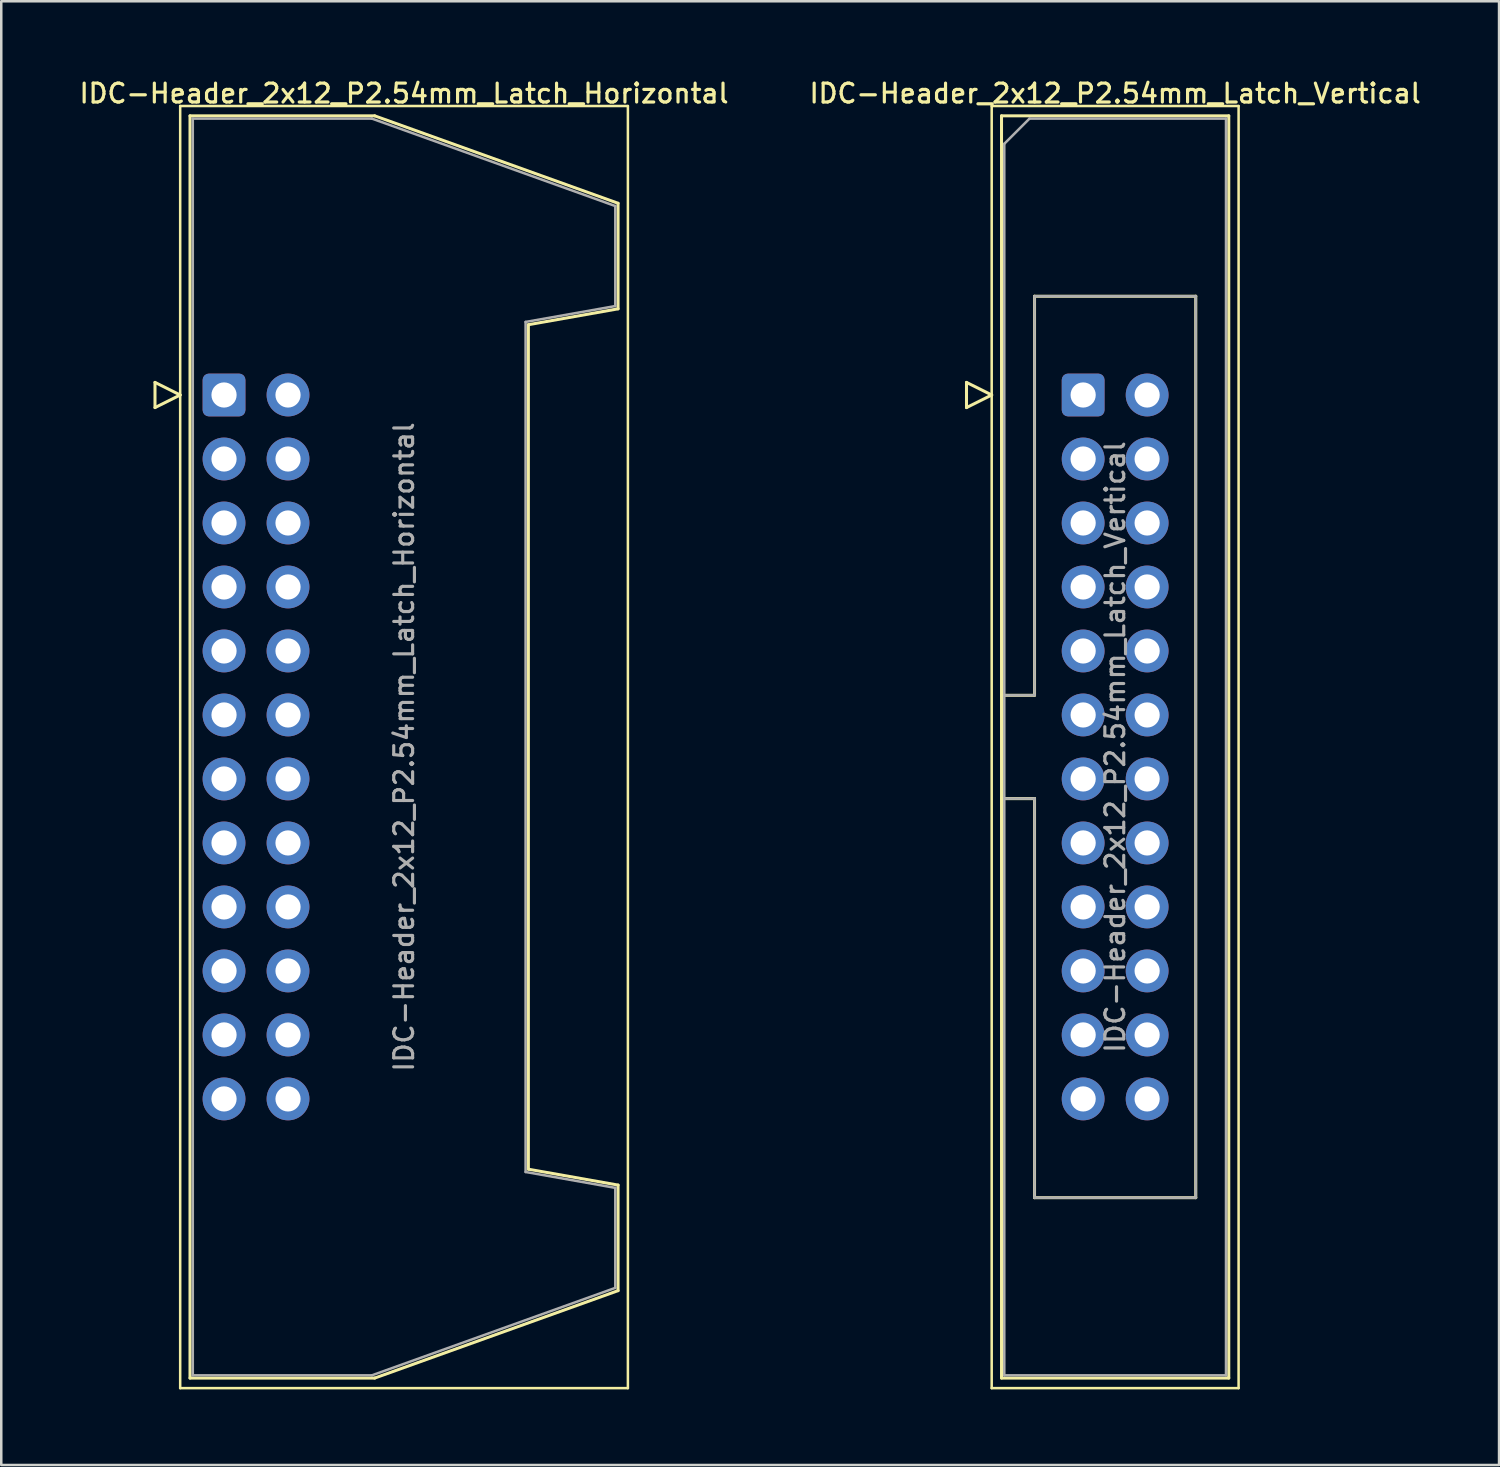
<source format=kicad_pcb>
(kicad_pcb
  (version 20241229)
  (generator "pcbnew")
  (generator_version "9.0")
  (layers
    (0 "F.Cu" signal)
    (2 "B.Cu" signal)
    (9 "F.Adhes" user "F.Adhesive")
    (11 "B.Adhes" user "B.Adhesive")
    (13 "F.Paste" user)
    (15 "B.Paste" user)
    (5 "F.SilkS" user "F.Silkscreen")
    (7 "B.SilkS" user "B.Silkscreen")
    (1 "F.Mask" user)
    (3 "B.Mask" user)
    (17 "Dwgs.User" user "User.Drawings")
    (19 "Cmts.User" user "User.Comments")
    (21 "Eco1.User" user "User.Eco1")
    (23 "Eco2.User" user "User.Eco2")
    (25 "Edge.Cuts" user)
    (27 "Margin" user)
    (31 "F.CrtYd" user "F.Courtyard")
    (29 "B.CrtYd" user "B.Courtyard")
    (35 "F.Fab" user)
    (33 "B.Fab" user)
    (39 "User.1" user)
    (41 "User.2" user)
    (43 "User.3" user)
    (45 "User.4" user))
  (footprint "IDC-Header_2x12_P2.54mm_Latch_Vertical"
    (layer "F.Cu")
    (at 39.942 12.628)
    (property "Reference" "IDC-Header_2x12_P2.54mm_Latch_Vertical" (at 1.27 -11.97 0) (layer "F.SilkS") (effects (font (size 0.75 0.75) (thickness 0.125))))
    (attr through_hole)
    (fp_line (start -4.63 -0.5) (end -4.63 0.5) (stroke (width 0.12) (type solid)) (layer "F.SilkS"))
    (fp_line (start -4.63 0.5) (end -3.63 0) (stroke (width 0.12) (type solid)) (layer "F.SilkS"))
    (fp_line (start -3.63 -11.47) (end -3.63 39.42) (stroke (width 0.1) (type solid)) (layer "F.SilkS"))
    (fp_line (start -3.63 0) (end -4.63 -0.5) (stroke (width 0.12) (type solid)) (layer "F.SilkS"))
    (fp_line (start -3.63 39.42) (end 6.17 39.42) (stroke (width 0.1) (type solid)) (layer "F.SilkS"))
    (fp_line (start -3.24 -11.08) (end 5.78 -11.08) (stroke (width 0.12) (type solid)) (layer "F.SilkS"))
    (fp_line (start -3.24 11.92) (end -1.93 11.92) (stroke (width 0.12) (type solid)) (layer "F.SilkS"))
    (fp_line (start -3.24 39.02) (end -3.24 -11.08) (stroke (width 0.12) (type solid)) (layer "F.SilkS"))
    (fp_line (start -1.93 -3.92) (end 4.47 -3.92) (stroke (width 0.12) (type solid)) (layer "F.SilkS"))
    (fp_line (start -1.93 11.92) (end -1.93 -3.92) (stroke (width 0.12) (type solid)) (layer "F.SilkS"))
    (fp_line (start -1.93 16.02) (end -3.24 16.02) (stroke (width 0.12) (type solid)) (layer "F.SilkS"))
    (fp_line (start -1.93 16.02) (end -1.93 16.02) (stroke (width 0.12) (type solid)) (layer "F.SilkS"))
    (fp_line (start -1.93 31.86) (end -1.93 16.02) (stroke (width 0.12) (type solid)) (layer "F.SilkS"))
    (fp_line (start 4.47 -3.92) (end 4.47 31.86) (stroke (width 0.12) (type solid)) (layer "F.SilkS"))
    (fp_line (start 4.47 31.86) (end -1.93 31.86) (stroke (width 0.12) (type solid)) (layer "F.SilkS"))
    (fp_line (start 5.78 -11.08) (end 5.78 39.02) (stroke (width 0.12) (type solid)) (layer "F.SilkS"))
    (fp_line (start 5.78 39.02) (end -3.24 39.02) (stroke (width 0.12) (type solid)) (layer "F.SilkS"))
    (fp_line (start 6.17 -11.47) (end -3.63 -11.47) (stroke (width 0.1) (type solid)) (layer "F.SilkS"))
    (fp_line (start 6.17 39.42) (end 6.17 -11.47) (stroke (width 0.1) (type solid)) (layer "F.SilkS"))
    (fp_line (start -3.13 -9.97) (end -2.13 -10.97) (stroke (width 0.1) (type solid)) (layer "F.Fab"))
    (fp_line (start -3.13 11.92) (end -1.93 11.92) (stroke (width 0.1) (type solid)) (layer "F.Fab"))
    (fp_line (start -3.13 38.91) (end -3.13 -9.97) (stroke (width 0.1) (type solid)) (layer "F.Fab"))
    (fp_line (start -2.13 -10.97) (end 5.67 -10.97) (stroke (width 0.1) (type solid)) (layer "F.Fab"))
    (fp_line (start -1.93 -3.92) (end 4.47 -3.92) (stroke (width 0.1) (type solid)) (layer "F.Fab"))
    (fp_line (start -1.93 11.92) (end -1.93 -3.92) (stroke (width 0.1) (type solid)) (layer "F.Fab"))
    (fp_line (start -1.93 16.02) (end -3.13 16.02) (stroke (width 0.1) (type solid)) (layer "F.Fab"))
    (fp_line (start -1.93 16.02) (end -1.93 16.02) (stroke (width 0.1) (type solid)) (layer "F.Fab"))
    (fp_line (start -1.93 31.86) (end -1.93 16.02) (stroke (width 0.1) (type solid)) (layer "F.Fab"))
    (fp_line (start 4.47 -3.92) (end 4.47 31.86) (stroke (width 0.1) (type solid)) (layer "F.Fab"))
    (fp_line (start 4.47 31.86) (end -1.93 31.86) (stroke (width 0.1) (type solid)) (layer "F.Fab"))
    (fp_line (start 5.67 -10.97) (end 5.67 38.91) (stroke (width 0.1) (type solid)) (layer "F.Fab"))
    (fp_line (start 5.67 38.91) (end -3.13 38.91) (stroke (width 0.1) (type solid)) (layer "F.Fab"))
    (fp_text user "${REFERENCE}" (at 1.27 13.97 90) (layer "F.Fab") (effects (font (size 0.75 0.75) (thickness 0.125))))
    (pad "1" thru_hole roundrect (at 0 0) (size 1.7 1.7) (drill 1) (layers "*.Cu" "*.Mask") (roundrect_rratio 0.147))
    (pad "2" thru_hole circle (at 2.54 0) (size 1.7 1.7) (drill 1) (layers "*.Cu" "*.Mask"))
    (pad "3" thru_hole circle (at 0 2.54) (size 1.7 1.7) (drill 1) (layers "*.Cu" "*.Mask"))
    (pad "4" thru_hole circle (at 2.54 2.54) (size 1.7 1.7) (drill 1) (layers "*.Cu" "*.Mask"))
    (pad "5" thru_hole circle (at 0 5.08) (size 1.7 1.7) (drill 1) (layers "*.Cu" "*.Mask"))
    (pad "6" thru_hole circle (at 2.54 5.08) (size 1.7 1.7) (drill 1) (layers "*.Cu" "*.Mask"))
    (pad "7" thru_hole circle (at 0 7.62) (size 1.7 1.7) (drill 1) (layers "*.Cu" "*.Mask"))
    (pad "8" thru_hole circle (at 2.54 7.62) (size 1.7 1.7) (drill 1) (layers "*.Cu" "*.Mask"))
    (pad "9" thru_hole circle (at 0 10.16) (size 1.7 1.7) (drill 1) (layers "*.Cu" "*.Mask"))
    (pad "10" thru_hole circle (at 2.54 10.16) (size 1.7 1.7) (drill 1) (layers "*.Cu" "*.Mask"))
    (pad "11" thru_hole circle (at 0 12.7) (size 1.7 1.7) (drill 1) (layers "*.Cu" "*.Mask"))
    (pad "12" thru_hole circle (at 2.54 12.7) (size 1.7 1.7) (drill 1) (layers "*.Cu" "*.Mask"))
    (pad "13" thru_hole circle (at 0 15.24) (size 1.7 1.7) (drill 1) (layers "*.Cu" "*.Mask"))
    (pad "14" thru_hole circle (at 2.54 15.24) (size 1.7 1.7) (drill 1) (layers "*.Cu" "*.Mask"))
    (pad "15" thru_hole circle (at 0 17.78) (size 1.7 1.7) (drill 1) (layers "*.Cu" "*.Mask"))
    (pad "16" thru_hole circle (at 2.54 17.78) (size 1.7 1.7) (drill 1) (layers "*.Cu" "*.Mask"))
    (pad "17" thru_hole circle (at 0 20.32) (size 1.7 1.7) (drill 1) (layers "*.Cu" "*.Mask"))
    (pad "18" thru_hole circle (at 2.54 20.32) (size 1.7 1.7) (drill 1) (layers "*.Cu" "*.Mask"))
    (pad "19" thru_hole circle (at 0 22.86) (size 1.7 1.7) (drill 1) (layers "*.Cu" "*.Mask"))
    (pad "20" thru_hole circle (at 2.54 22.86) (size 1.7 1.7) (drill 1) (layers "*.Cu" "*.Mask"))
    (pad "21" thru_hole circle (at 0 25.4) (size 1.7 1.7) (drill 1) (layers "*.Cu" "*.Mask"))
    (pad "22" thru_hole circle (at 2.54 25.4) (size 1.7 1.7) (drill 1) (layers "*.Cu" "*.Mask"))
    (pad "23" thru_hole circle (at 0 27.94) (size 1.7 1.7) (drill 1) (layers "*.Cu" "*.Mask"))
    (pad "24" thru_hole circle (at 2.54 27.94) (size 1.7 1.7) (drill 1) (layers "*.Cu" "*.Mask")))
  (footprint "IDC-Header_2x12_P2.54mm_Latch_Horizontal"
    (layer "F.Cu")
    (at 5.842 12.628)
    (property "Reference" "IDC-Header_2x12_P2.54mm_Latch_Horizontal" (at 7.145 -11.97 0) (layer "F.SilkS") (effects (font (size 0.75 0.75) (thickness 0.125))))
    (attr through_hole)
    (fp_line (start -2.74 -0.5) (end -2.74 0.5) (stroke (width 0.12) (type solid)) (layer "F.SilkS"))
    (fp_line (start -2.74 0.5) (end -1.74 0) (stroke (width 0.12) (type solid)) (layer "F.SilkS"))
    (fp_line (start -1.74 -11.47) (end -1.74 39.42) (stroke (width 0.1) (type solid)) (layer "F.SilkS"))
    (fp_line (start -1.74 0) (end -2.74 -0.5) (stroke (width 0.12) (type solid)) (layer "F.SilkS"))
    (fp_line (start -1.74 39.42) (end 16.03 39.42) (stroke (width 0.1) (type solid)) (layer "F.SilkS"))
    (fp_line (start -1.35 -11.08) (end 5.98 -11.08) (stroke (width 0.12) (type solid)) (layer "F.SilkS"))
    (fp_line (start -1.35 39.02) (end -1.35 -11.08) (stroke (width 0.12) (type solid)) (layer "F.SilkS"))
    (fp_line (start 5.98 -11.08) (end 15.64 -7.61) (stroke (width 0.12) (type solid)) (layer "F.SilkS"))
    (fp_line (start 5.98 39.02) (end -1.35 39.02) (stroke (width 0.12) (type solid)) (layer "F.SilkS"))
    (fp_line (start 12.08 -2.79) (end 12.08 30.73) (stroke (width 0.12) (type solid)) (layer "F.SilkS"))
    (fp_line (start 12.08 30.73) (end 15.64 31.36) (stroke (width 0.12) (type solid)) (layer "F.SilkS"))
    (fp_line (start 15.64 -7.61) (end 15.64 -3.42) (stroke (width 0.12) (type solid)) (layer "F.SilkS"))
    (fp_line (start 15.64 -3.42) (end 12.08 -2.79) (stroke (width 0.12) (type solid)) (layer "F.SilkS"))
    (fp_line (start 15.64 31.36) (end 15.64 35.55) (stroke (width 0.12) (type solid)) (layer "F.SilkS"))
    (fp_line (start 15.64 35.55) (end 5.98 39.02) (stroke (width 0.12) (type solid)) (layer "F.SilkS"))
    (fp_line (start 16.03 -11.47) (end -1.74 -11.47) (stroke (width 0.1) (type solid)) (layer "F.SilkS"))
    (fp_line (start 16.03 39.42) (end 16.03 -11.47) (stroke (width 0.1) (type solid)) (layer "F.SilkS"))
    (fp_line (start -1.24 -10.97) (end 5.87 -10.97) (stroke (width 0.1) (type solid)) (layer "F.Fab"))
    (fp_line (start -1.24 38.91) (end -1.24 -10.97) (stroke (width 0.1) (type solid)) (layer "F.Fab"))
    (fp_line (start 5.87 -10.97) (end 15.53 -7.5) (stroke (width 0.1) (type solid)) (layer "F.Fab"))
    (fp_line (start 5.87 38.91) (end -1.24 38.91) (stroke (width 0.1) (type solid)) (layer "F.Fab"))
    (fp_line (start 11.97 -2.9) (end 11.97 30.84) (stroke (width 0.1) (type solid)) (layer "F.Fab"))
    (fp_line (start 11.97 30.84) (end 15.53 31.47) (stroke (width 0.1) (type solid)) (layer "F.Fab"))
    (fp_line (start 15.53 -7.5) (end 15.53 -3.53) (stroke (width 0.1) (type solid)) (layer "F.Fab"))
    (fp_line (start 15.53 -3.53) (end 11.97 -2.9) (stroke (width 0.1) (type solid)) (layer "F.Fab"))
    (fp_line (start 15.53 31.47) (end 15.53 35.44) (stroke (width 0.1) (type solid)) (layer "F.Fab"))
    (fp_line (start 15.53 35.44) (end 5.87 38.91) (stroke (width 0.1) (type solid)) (layer "F.Fab"))
    (fp_text user "${REFERENCE}" (at 7.145 13.97 90) (layer "F.Fab") (effects (font (size 0.75 0.75) (thickness 0.125))))
    (pad "1" thru_hole roundrect (at 0 0) (size 1.7 1.7) (drill 1) (layers "*.Cu" "*.Mask") (roundrect_rratio 0.147))
    (pad "2" thru_hole circle (at 2.54 0) (size 1.7 1.7) (drill 1) (layers "*.Cu" "*.Mask"))
    (pad "3" thru_hole circle (at 0 2.54) (size 1.7 1.7) (drill 1) (layers "*.Cu" "*.Mask"))
    (pad "4" thru_hole circle (at 2.54 2.54) (size 1.7 1.7) (drill 1) (layers "*.Cu" "*.Mask"))
    (pad "5" thru_hole circle (at 0 5.08) (size 1.7 1.7) (drill 1) (layers "*.Cu" "*.Mask"))
    (pad "6" thru_hole circle (at 2.54 5.08) (size 1.7 1.7) (drill 1) (layers "*.Cu" "*.Mask"))
    (pad "7" thru_hole circle (at 0 7.62) (size 1.7 1.7) (drill 1) (layers "*.Cu" "*.Mask"))
    (pad "8" thru_hole circle (at 2.54 7.62) (size 1.7 1.7) (drill 1) (layers "*.Cu" "*.Mask"))
    (pad "9" thru_hole circle (at 0 10.16) (size 1.7 1.7) (drill 1) (layers "*.Cu" "*.Mask"))
    (pad "10" thru_hole circle (at 2.54 10.16) (size 1.7 1.7) (drill 1) (layers "*.Cu" "*.Mask"))
    (pad "11" thru_hole circle (at 0 12.7) (size 1.7 1.7) (drill 1) (layers "*.Cu" "*.Mask"))
    (pad "12" thru_hole circle (at 2.54 12.7) (size 1.7 1.7) (drill 1) (layers "*.Cu" "*.Mask"))
    (pad "13" thru_hole circle (at 0 15.24) (size 1.7 1.7) (drill 1) (layers "*.Cu" "*.Mask"))
    (pad "14" thru_hole circle (at 2.54 15.24) (size 1.7 1.7) (drill 1) (layers "*.Cu" "*.Mask"))
    (pad "15" thru_hole circle (at 0 17.78) (size 1.7 1.7) (drill 1) (layers "*.Cu" "*.Mask"))
    (pad "16" thru_hole circle (at 2.54 17.78) (size 1.7 1.7) (drill 1) (layers "*.Cu" "*.Mask"))
    (pad "17" thru_hole circle (at 0 20.32) (size 1.7 1.7) (drill 1) (layers "*.Cu" "*.Mask"))
    (pad "18" thru_hole circle (at 2.54 20.32) (size 1.7 1.7) (drill 1) (layers "*.Cu" "*.Mask"))
    (pad "19" thru_hole circle (at 0 22.86) (size 1.7 1.7) (drill 1) (layers "*.Cu" "*.Mask"))
    (pad "20" thru_hole circle (at 2.54 22.86) (size 1.7 1.7) (drill 1) (layers "*.Cu" "*.Mask"))
    (pad "21" thru_hole circle (at 0 25.4) (size 1.7 1.7) (drill 1) (layers "*.Cu" "*.Mask"))
    (pad "22" thru_hole circle (at 2.54 25.4) (size 1.7 1.7) (drill 1) (layers "*.Cu" "*.Mask"))
    (pad "23" thru_hole circle (at 0 27.94) (size 1.7 1.7) (drill 1) (layers "*.Cu" "*.Mask"))
    (pad "24" thru_hole circle (at 2.54 27.94) (size 1.7 1.7) (drill 1) (layers "*.Cu" "*.Mask")))
  (gr_rect
    (start -3 -3)
    (end 56.45 55.098)
    (stroke (width 0.1) (type default))
    (fill no)
    (layer "Edge.Cuts")))
</source>
